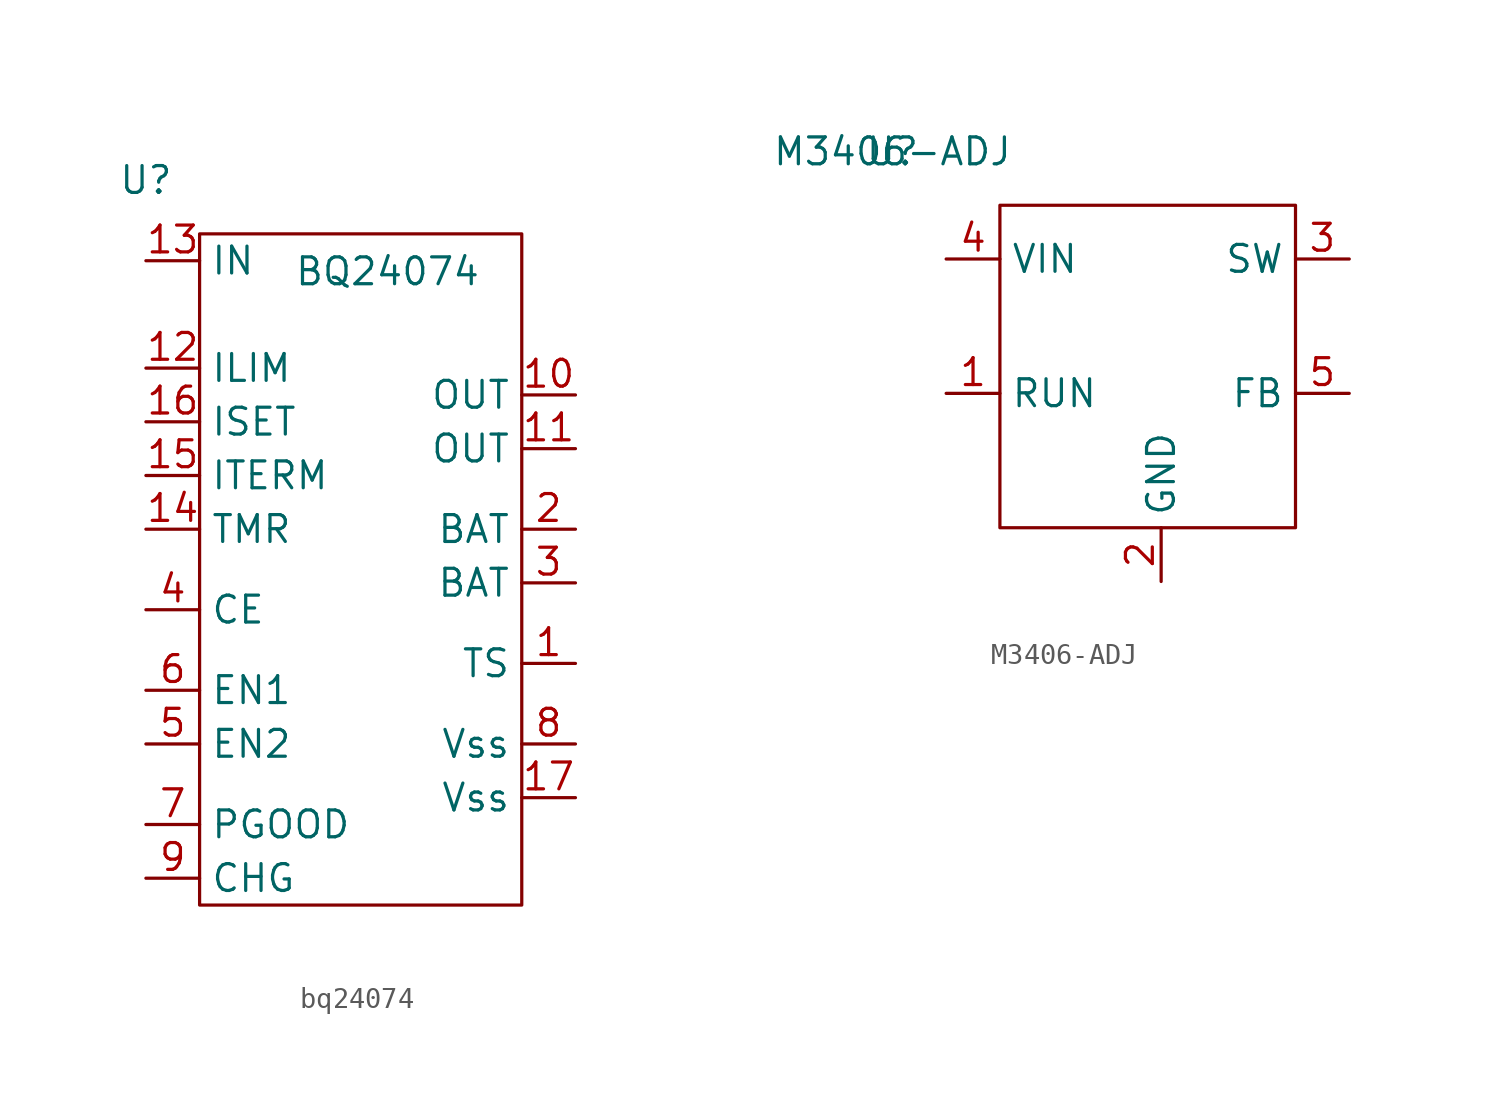
<source format=kicad_sym>
(kicad_symbol_lib
  (version 20231120)
  (generator "kicad_symbol_editor")
  (generator_version "8.0")
  (symbol "bq24074"
    (property "Reference" "U"
      (at 0 0 0)
      (effects (font (size 1.27 1.27))))
    (property "Value" "BQ24074"
      (at 11.43 -4.318 0)
      (effects (font (size 1.27 1.27))))
    (symbol "bq24074_0_1"
      (rectangle (start 2.54 -2.54) (end 17.78 -34.29) (stroke (width 0) (type default)) (fill (type none))))
    (symbol "bq24074_1_1"
      (pin passive line (at 20.32 -22.86 180) (length 2.54) (name "TS" (effects (font (size 1.27 1.27)))) (number "1" (effects (font (size 1.27 1.27)))))
      (pin passive line (at 20.32 -10.16 180) (length 2.54) (name "OUT" (effects (font (size 1.27 1.27)))) (number "10" (effects (font (size 1.27 1.27)))))
      (pin passive line (at 20.32 -12.7 180) (length 2.54) (name "OUT" (effects (font (size 1.27 1.27)))) (number "11" (effects (font (size 1.27 1.27)))))
      (pin passive line (at 0 -8.89 0) (length 2.54) (name "ILIM" (effects (font (size 1.27 1.27)))) (number "12" (effects (font (size 1.27 1.27)))))
      (pin passive line (at 0 -3.81 0) (length 2.54) (name "IN" (effects (font (size 1.27 1.27)))) (number "13" (effects (font (size 1.27 1.27)))))
      (pin passive line (at 0 -16.51 0) (length 2.54) (name "TMR" (effects (font (size 1.27 1.27)))) (number "14" (effects (font (size 1.27 1.27)))))
      (pin passive line (at 0 -13.97 0) (length 2.54) (name "ITERM" (effects (font (size 1.27 1.27)))) (number "15" (effects (font (size 1.27 1.27)))))
      (pin passive line (at 0 -11.43 0) (length 2.54) (name "ISET" (effects (font (size 1.27 1.27)))) (number "16" (effects (font (size 1.27 1.27)))))
      (pin passive line (at 20.32 -29.21 180) (length 2.54) (name "Vss" (effects (font (size 1.27 1.27)))) (number "17" (effects (font (size 1.27 1.27)))))
      (pin passive line (at 20.32 -16.51 180) (length 2.54) (name "BAT" (effects (font (size 1.27 1.27)))) (number "2" (effects (font (size 1.27 1.27)))))
      (pin passive line (at 20.32 -19.05 180) (length 2.54) (name "BAT" (effects (font (size 1.27 1.27)))) (number "3" (effects (font (size 1.27 1.27)))))
      (pin passive line (at 0 -20.32 0) (length 2.54) (name "CE" (effects (font (size 1.27 1.27)))) (number "4" (effects (font (size 1.27 1.27)))))
      (pin passive line (at 0 -26.67 0) (length 2.54) (name "EN2" (effects (font (size 1.27 1.27)))) (number "5" (effects (font (size 1.27 1.27)))))
      (pin passive line (at 0 -24.13 0) (length 2.54) (name "EN1" (effects (font (size 1.27 1.27)))) (number "6" (effects (font (size 1.27 1.27)))))
      (pin passive line (at 0 -30.48 0) (length 2.54) (name "PGOOD" (effects (font (size 1.27 1.27)))) (number "7" (effects (font (size 1.27 1.27)))))
      (pin passive line (at 20.32 -26.67 180) (length 2.54) (name "Vss" (effects (font (size 1.27 1.27)))) (number "8" (effects (font (size 1.27 1.27)))))
      (pin passive line (at 0 -33.02 0) (length 2.54) (name "CHG" (effects (font (size 1.27 1.27)))) (number "9" (effects (font (size 1.27 1.27)))))))
  (symbol "M3406-ADJ"
    (property "Reference" "U"
      (at 0 0 0)
      (effects (font (size 1.27 1.27))))
    (property "Value" "M3406-ADJ"
      (at 0 0 0)
      (effects (font (size 1.27 1.27))))
    (symbol "M3406-ADJ_0_1"
      (rectangle (start 5.08 -2.54) (end 19.05 -17.78) (stroke (width 0) (type default)) (fill (type none))))
    (symbol "M3406-ADJ_1_1"
      (pin input line (at 2.54 -11.43 0) (length 2.54) (name "RUN" (effects (font (size 1.27 1.27)))) (number "1" (effects (font (size 1.27 1.27)))))
      (pin input line (at 12.7 -20.32 90) (length 2.54) (name "GND" (effects (font (size 1.27 1.27)))) (number "2" (effects (font (size 1.27 1.27)))))
      (pin input line (at 21.59 -5.08 180) (length 2.54) (name "SW" (effects (font (size 1.27 1.27)))) (number "3" (effects (font (size 1.27 1.27)))))
      (pin input line (at 2.54 -5.08 0) (length 2.54) (name "VIN" (effects (font (size 1.27 1.27)))) (number "4" (effects (font (size 1.27 1.27)))))
      (pin input line (at 21.59 -11.43 180) (length 2.54) (name "FB" (effects (font (size 1.27 1.27)))) (number "5" (effects (font (size 1.27 1.27))))))))
</source>
